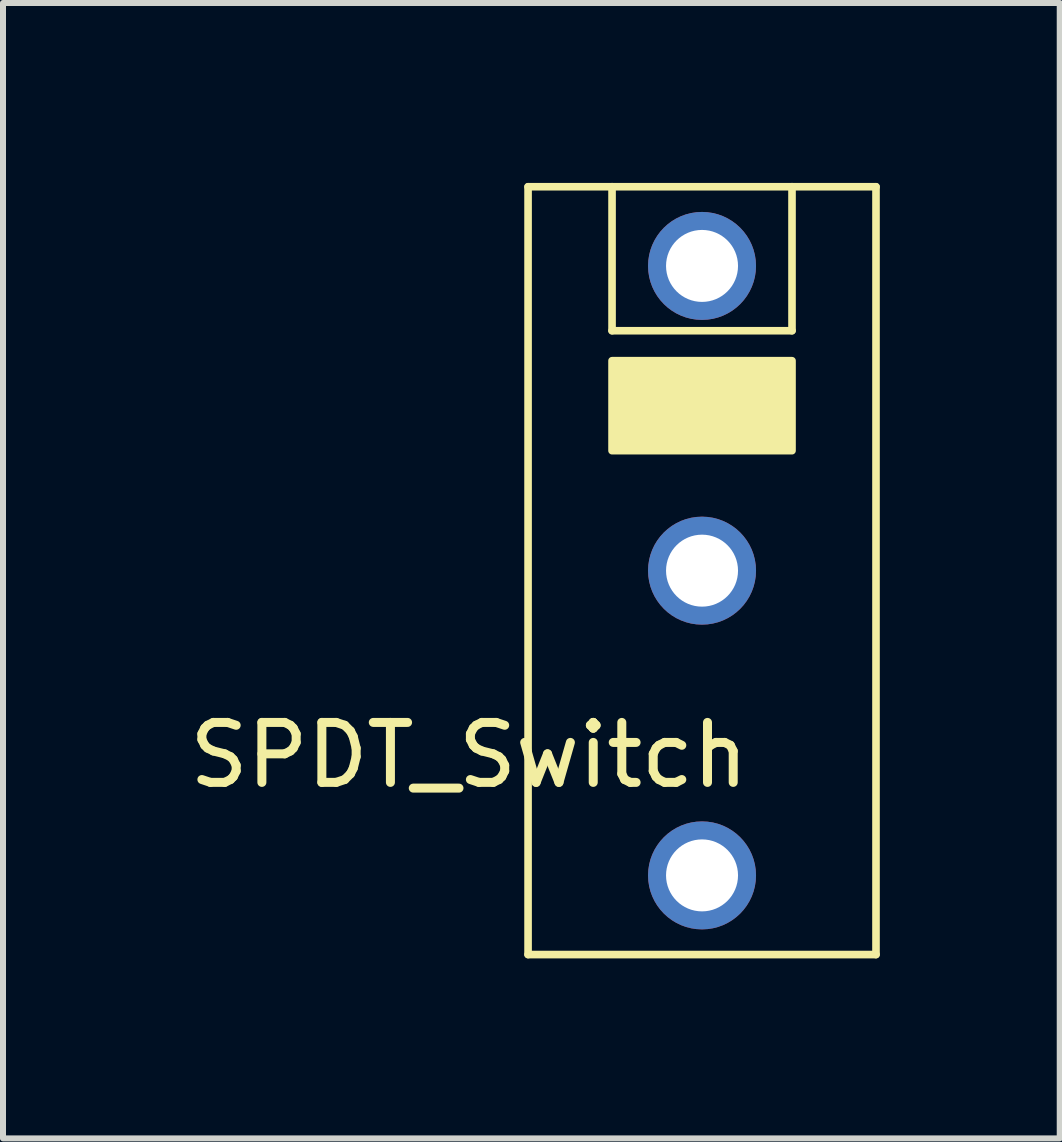
<source format=kicad_pcb>
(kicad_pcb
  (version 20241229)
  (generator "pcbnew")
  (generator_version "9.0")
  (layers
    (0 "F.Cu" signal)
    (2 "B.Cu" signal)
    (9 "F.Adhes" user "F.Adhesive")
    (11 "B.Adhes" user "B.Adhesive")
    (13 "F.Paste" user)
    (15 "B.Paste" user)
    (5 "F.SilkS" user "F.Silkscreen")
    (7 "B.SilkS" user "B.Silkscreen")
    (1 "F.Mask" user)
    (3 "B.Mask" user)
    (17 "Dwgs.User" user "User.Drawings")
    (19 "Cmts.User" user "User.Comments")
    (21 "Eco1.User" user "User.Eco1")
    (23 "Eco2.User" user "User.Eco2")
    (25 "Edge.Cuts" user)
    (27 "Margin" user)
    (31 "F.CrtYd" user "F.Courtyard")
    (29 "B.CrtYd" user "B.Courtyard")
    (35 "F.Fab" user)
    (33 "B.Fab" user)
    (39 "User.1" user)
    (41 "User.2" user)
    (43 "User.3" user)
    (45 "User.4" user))
  (footprint "SPDT_Switch"
    (layer "F.Cu")
    (at 8.653 6.463)
    (property "Reference" "SPDT_Switch" (at -3.885 3.075 180) (layer "F.SilkS") (effects (font (size 1 1) (thickness 0.15))))
    (attr through_hole)
    (fp_line (start -2.9 -6.4) (end -1.5 -6.4) (stroke (width 0.127) (type solid)) (layer "F.SilkS"))
    (fp_line (start -2.9 6.4) (end -2.9 -6.4) (stroke (width 0.127) (type solid)) (layer "F.SilkS"))
    (fp_line (start -1.5 -6.4) (end -1.5 -4) (stroke (width 0.127) (type solid)) (layer "F.SilkS"))
    (fp_line (start -1.5 -6.4) (end 1.5 -6.4) (stroke (width 0.127) (type solid)) (layer "F.SilkS"))
    (fp_line (start -1.5 -4) (end 1.5 -4) (stroke (width 0.127) (type solid)) (layer "F.SilkS"))
    (fp_line (start 1.5 -6.4) (end 2.9 -6.4) (stroke (width 0.127) (type solid)) (layer "F.SilkS"))
    (fp_line (start 1.5 -4) (end 1.5 -6.4) (stroke (width 0.127) (type solid)) (layer "F.SilkS"))
    (fp_line (start 2.9 -6.4) (end 2.9 6.4) (stroke (width 0.127) (type solid)) (layer "F.SilkS"))
    (fp_line (start 2.9 6.4) (end -2.9 6.4) (stroke (width 0.127) (type solid)) (layer "F.SilkS"))
    (fp_poly (pts (xy -1.5 -3.5) (xy 1.5 -3.5) (xy 1.5 -2) (xy -1.5 -2) (xy -1.5 -3)) (stroke (width 0.127) (type solid)) (fill yes) (layer "F.SilkS"))
    (pad "1" thru_hole circle (at 0 -5.08) (size 1.8 1.8) (drill 1.2) (layers "*.Cu" "*.Mask"))
    (pad "2" thru_hole circle (at 0 0) (size 1.8 1.8) (drill 1.2) (layers "*.Cu" "*.Mask"))
    (pad "3" thru_hole circle (at 0 5.08) (size 1.8 1.8) (drill 1.2) (layers "*.Cu" "*.Mask")))
  (gr_rect
    (start -3 -3)
    (end 14.616 15.927)
    (stroke (width 0.1) (type default))
    (fill no)
    (layer "Edge.Cuts")))
</source>
